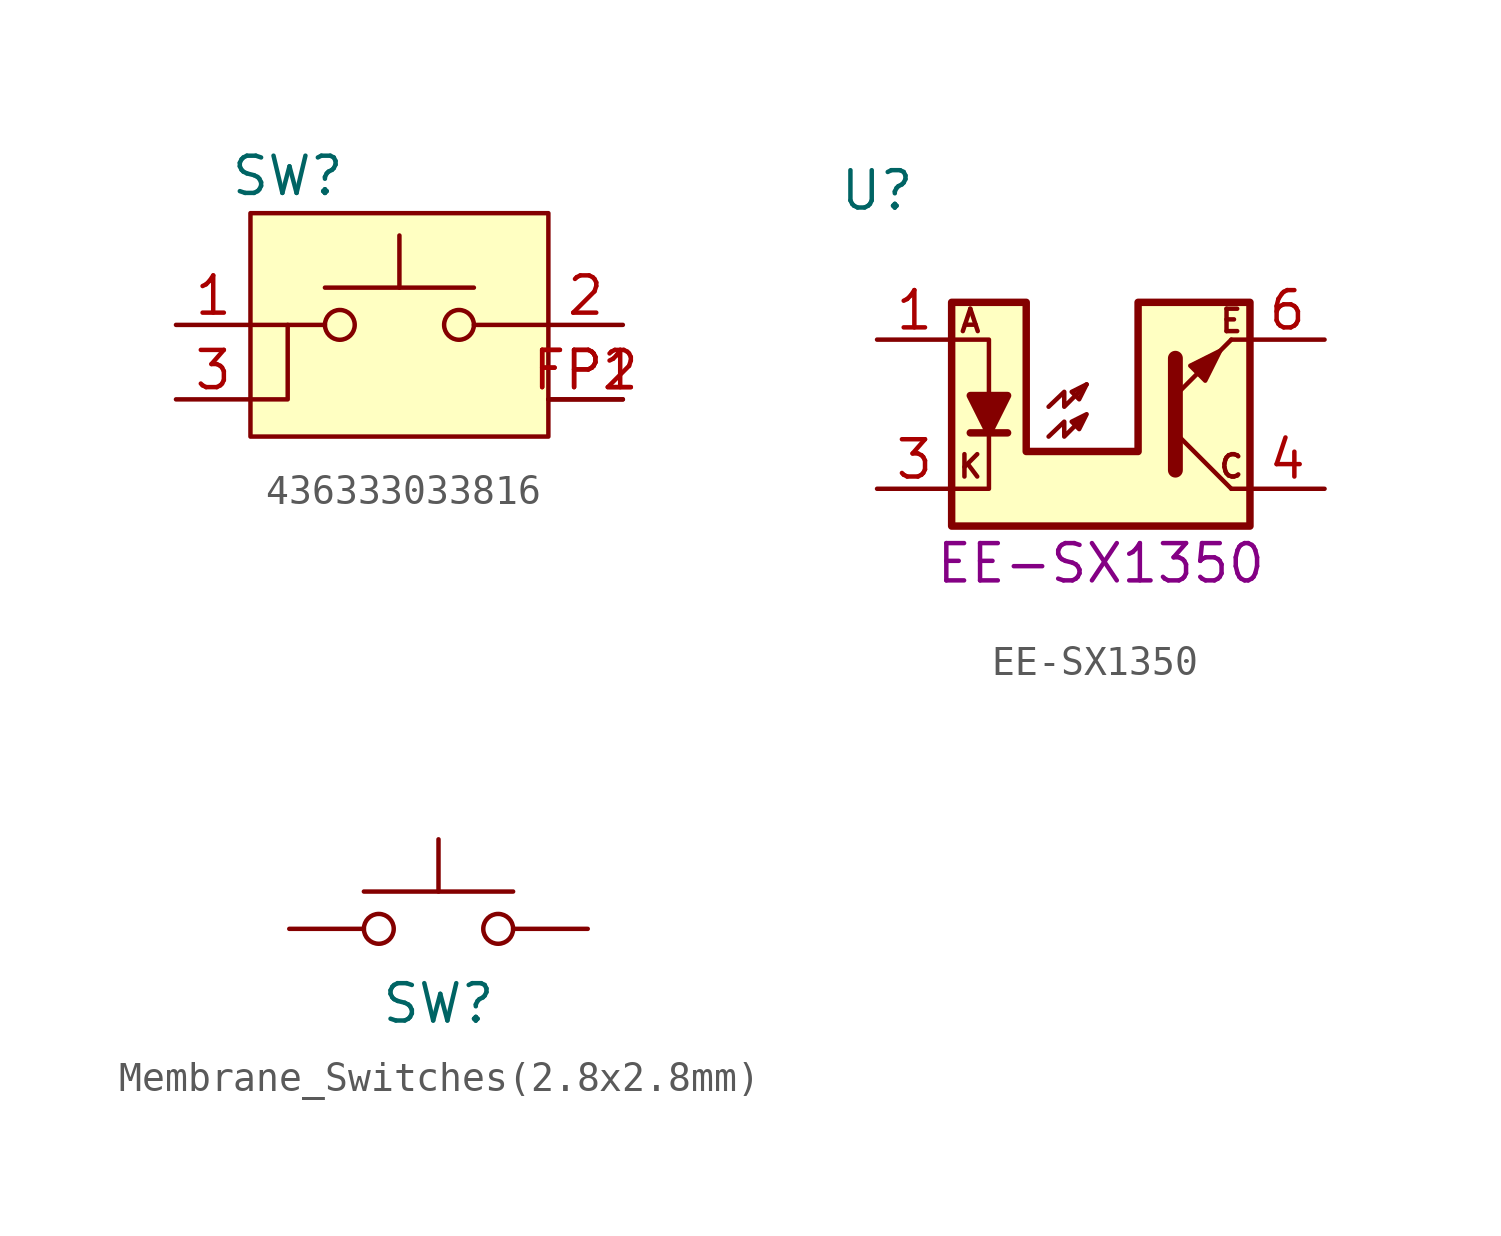
<source format=kicad_sym>
(kicad_symbol_lib
  (version 20241209)
  (generator "kicad_symbol_editor")
  (generator_version "9.0")
  (symbol "436333033816"
    (pin_names
      (hide yes))
    (property "Reference" "SW"
      (at 1.27 5.08 0)
      (effects (font (size 1.27 1.27))))
    (symbol "436333033816_0_1"
      (polyline (pts (xy 0 0) (xy 2.54 0)) (stroke (width 0) (type default)) (fill (type none)))
      (polyline (pts (xy 0 -2.54) (xy 1.27 -2.54) (xy 1.27 0)) (stroke (width 0) (type default)) (fill (type none)))
      (circle (center 3.048 0) (radius 0.508) (stroke (width 0) (type default)) (fill (type none)))
      (polyline (pts (xy 5.08 1.27) (xy 5.08 3.048)) (stroke (width 0) (type default)) (fill (type none)))
      (circle (center 7.112 0) (radius 0.508) (stroke (width 0) (type default)) (fill (type none)))
      (polyline (pts (xy 7.62 1.27) (xy 2.54 1.27)) (stroke (width 0) (type default)) (fill (type none)))
      (polyline (pts (xy 7.62 0) (xy 10.16 0)) (stroke (width 0) (type default)) (fill (type none))))
    (symbol "436333033816_1_0"
      (pin passive line (at -2.54 0 0) (length 2.54) (name "1" (effects (font (size 1.27 1.27)))) (number "1" (effects (font (size 1.27 1.27)))))
      (pin passive line (at -2.54 -2.54 0) (length 2.54) (name "3" (effects (font (size 1.27 1.27)))) (number "3" (effects (font (size 1.27 1.27)))))
      (pin passive line (at 12.7 0 180) (length 2.54) (name "2" (effects (font (size 1.27 1.27)))) (number "2" (effects (font (size 1.27 1.27)))))
      (pin passive line (at 12.7 -2.54 180) (length 2.54) (name "FP" (effects (font (size 1.27 1.27)))) (number "FP1" (effects (font (size 1.27 1.27)))))
      (pin passive line (at 12.7 -2.54 180) (length 2.54) (name "FP" (effects (font (size 1.27 1.27)))) (number "FP2" (effects (font (size 1.27 1.27))))))
    (symbol "436333033816_1_1"
      (rectangle (start 0 3.81) (end 10.16 -3.81) (stroke (width 0) (type solid)) (fill (type background)))))
  (symbol "EE-SX1350"
    (pin_names
      (hide yes))
    (property "Reference" "U"
      (at 0 5.08 0)
      (effects (font (size 1.27 1.27))))
    (property "PartNumber" "EE-SX1350"
      (at 7.62 -7.62 0)
      (effects (font (size 1.27 1.27))))
    (symbol "EE-SX1350_0_0"
      (text "A" (at 3.175 0.635 0) (effects (font (size 0.762 0.762))))
      (text "K" (at 3.175 -4.318 0) (effects (font (size 0.762 0.762))))
      (text "E" (at 12.065 0.635 0) (effects (font (size 0.762 0.762))))
      (text "C" (at 12.065 -4.318 0) (effects (font (size 0.762 0.762)))))
    (symbol "EE-SX1350_0_1"
      (polyline (pts (xy 2.54 1.27) (xy 2.54 -6.35) (xy 12.7 -6.35) (xy 12.7 1.27) (xy 8.89 1.27) (xy 8.89 -3.81) (xy 5.08 -3.81) (xy 5.08 1.27) (xy 2.54 1.27)) (stroke (width 0.254) (type default)) (fill (type background)))
      (polyline (pts (xy 2.54 0) (xy 3.81 0) (xy 3.81 -1.905)) (stroke (width 0) (type default)) (fill (type none)))
      (polyline (pts (xy 2.54 -5.08) (xy 3.81 -5.08) (xy 3.81 -3.175)) (stroke (width 0) (type default)) (fill (type none)))
      (polyline (pts (xy 3.175 -3.175) (xy 4.445 -3.175)) (stroke (width 0.254) (type default)) (fill (type none)))
      (polyline (pts (xy 3.81 -3.175) (xy 3.175 -1.905) (xy 4.445 -1.905) (xy 3.81 -3.175)) (stroke (width 0.254) (type default)) (fill (type outline)))
      (polyline (pts (xy 5.842 -2.286) (xy 6.375 -1.778) (xy 6.375 -2.286) (xy 7.137 -1.524)) (stroke (width 0) (type default)) (fill (type none)))
      (polyline (pts (xy 5.842 -3.302) (xy 6.375 -2.794) (xy 6.375 -3.302) (xy 7.137 -2.54) (xy 6.629 -2.794) (xy 6.883 -3.048) (xy 7.137 -2.54)) (stroke (width 0) (type default)) (fill (type none)))
      (polyline (pts (xy 7.137 -1.524) (xy 6.629 -1.778) (xy 6.883 -2.032) (xy 7.137 -1.524)) (stroke (width 0) (type default)) (fill (type none)))
      (polyline (pts (xy 10.16 -3.175) (xy 12.065 -5.08)) (stroke (width 0) (type default)) (fill (type none)))
      (polyline (pts (xy 10.16 -4.445) (xy 10.16 -0.635) (xy 10.16 -0.635)) (stroke (width 0.508) (type default)) (fill (type none)))
      (polyline (pts (xy 10.668 -0.889) (xy 11.176 -1.397) (xy 11.684 -0.381) (xy 10.668 -0.889) (xy 10.668 -0.889)) (stroke (width 0) (type default)) (fill (type outline)))
      (polyline (pts (xy 12.065 0) (xy 10.16 -1.905)) (stroke (width 0) (type default)) (fill (type outline)))
      (polyline (pts (xy 12.065 0) (xy 12.7 0)) (stroke (width 0) (type default)) (fill (type none)))
      (polyline (pts (xy 12.065 -5.08) (xy 12.7 -5.08)) (stroke (width 0) (type default)) (fill (type none))))
    (symbol "EE-SX1350_1_1"
      (pin passive line (at 0 0 0) (length 2.54) (name "A" (effects (font (size 1.27 1.27)))) (number "1" (effects (font (size 1.27 1.27)))))
      (pin passive line (at 0 -2.54 0) (length 2.54) (hide yes) (name "NC" (effects (font (size 1.27 1.27)))) (number "2" (effects (font (size 1.27 1.27)))))
      (pin passive line (at 0 -5.08 0) (length 2.54) (name "K" (effects (font (size 1.27 1.27)))) (number "3" (effects (font (size 1.27 1.27)))))
      (pin open_emitter line (at 15.24 0 180) (length 2.54) (name "E" (effects (font (size 1.27 1.27)))) (number "6" (effects (font (size 1.27 1.27)))))
      (pin passive line (at 15.24 -2.54 180) (length 2.54) (hide yes) (name "NC" (effects (font (size 1.27 1.27)))) (number "5" (effects (font (size 1.27 1.27)))))
      (pin open_collector line (at 15.24 -5.08 180) (length 2.54) (name "C" (effects (font (size 1.27 1.27)))) (number "4" (effects (font (size 1.27 1.27)))))))
  (symbol "Membrane_Switches(2.8x2.8mm)"
    (pin_numbers
      (hide yes))
    (pin_names
      (hide yes))
    (property "Reference" "SW"
      (at 5.08 -2.54 0)
      (effects (font (size 1.27 1.27))))
    (property "Value" ""
      (at 0 0 0)
      (effects (font (size 1.27 1.27))))
    (symbol "Membrane_Switches(2.8x2.8mm)_0_0"
      (pin passive line (at 0 0 0) (length 2.54) (name "" (effects (font (size 1.27 1.27)))) (number "1" (effects (font (size 1.27 1.27)))))
      (pin passive line (at 10.16 0 180) (length 2.54) (name "" (effects (font (size 1.27 1.27)))) (number "2" (effects (font (size 1.27 1.27))))))
    (symbol "Membrane_Switches(2.8x2.8mm)_0_1"
      (circle (center 3.048 0) (radius 0.508) (stroke (width 0) (type default)) (fill (type none)))
      (polyline (pts (xy 5.08 1.27) (xy 5.08 3.048)) (stroke (width 0) (type default)) (fill (type none)))
      (circle (center 7.112 0) (radius 0.508) (stroke (width 0) (type default)) (fill (type none)))
      (polyline (pts (xy 7.62 1.27) (xy 2.54 1.27)) (stroke (width 0) (type default)) (fill (type none))))))
</source>
